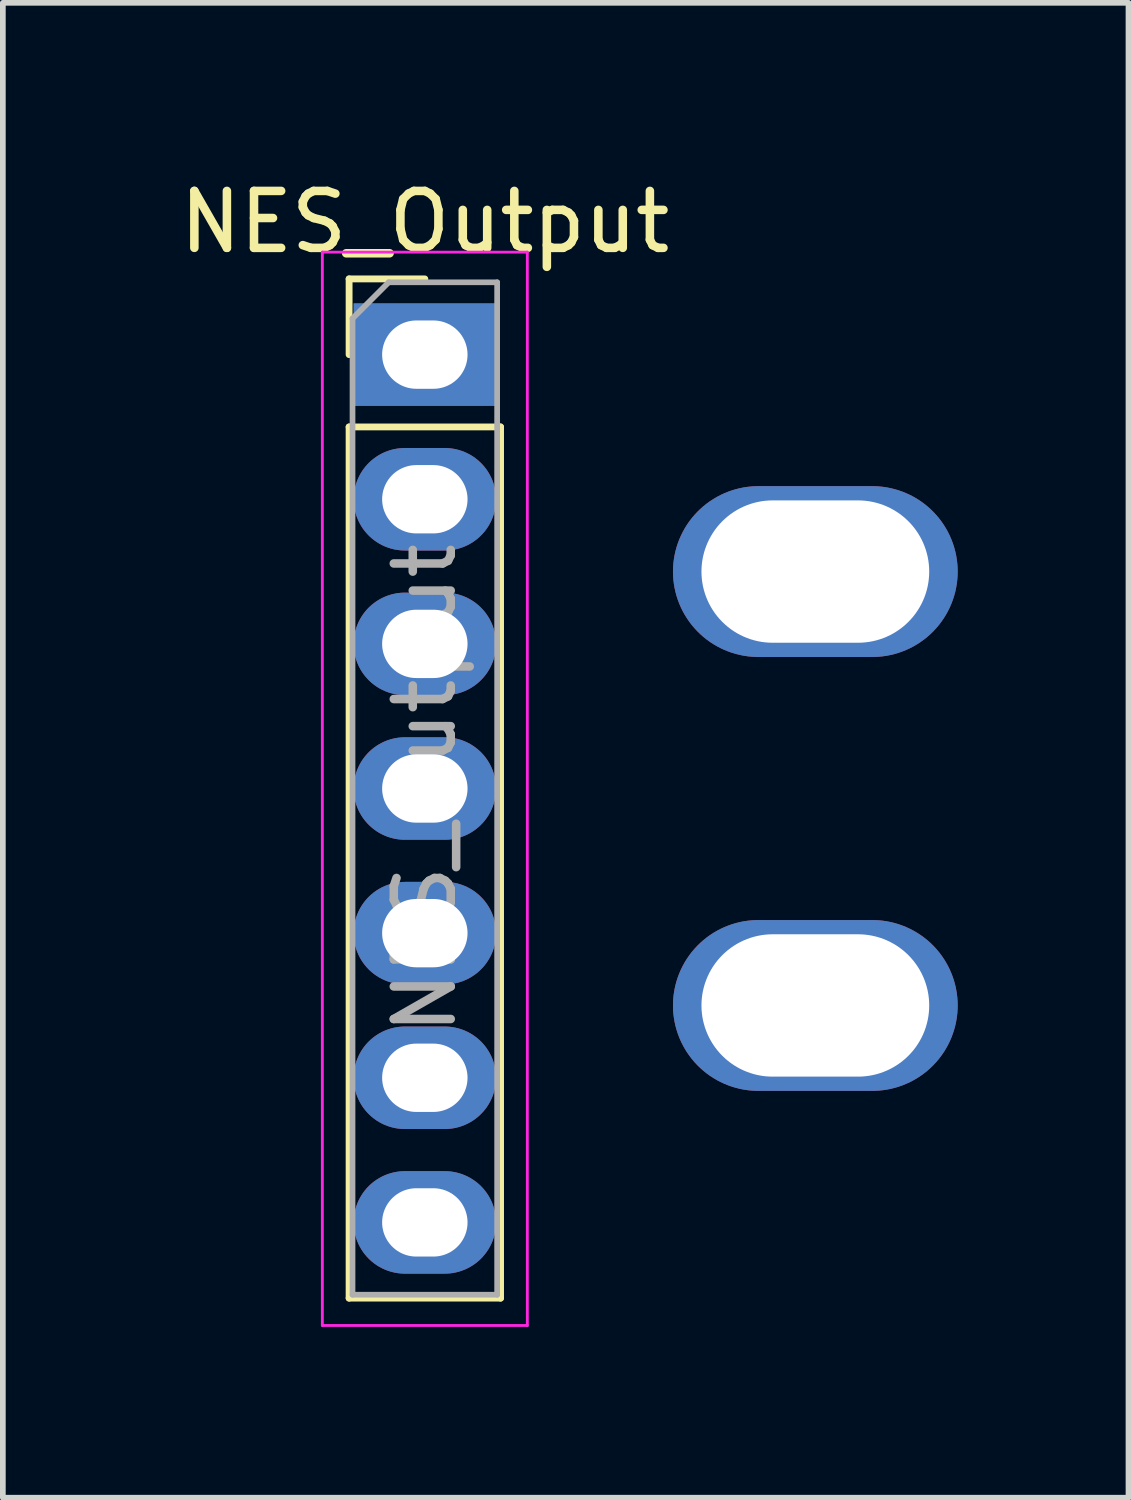
<source format=kicad_pcb>
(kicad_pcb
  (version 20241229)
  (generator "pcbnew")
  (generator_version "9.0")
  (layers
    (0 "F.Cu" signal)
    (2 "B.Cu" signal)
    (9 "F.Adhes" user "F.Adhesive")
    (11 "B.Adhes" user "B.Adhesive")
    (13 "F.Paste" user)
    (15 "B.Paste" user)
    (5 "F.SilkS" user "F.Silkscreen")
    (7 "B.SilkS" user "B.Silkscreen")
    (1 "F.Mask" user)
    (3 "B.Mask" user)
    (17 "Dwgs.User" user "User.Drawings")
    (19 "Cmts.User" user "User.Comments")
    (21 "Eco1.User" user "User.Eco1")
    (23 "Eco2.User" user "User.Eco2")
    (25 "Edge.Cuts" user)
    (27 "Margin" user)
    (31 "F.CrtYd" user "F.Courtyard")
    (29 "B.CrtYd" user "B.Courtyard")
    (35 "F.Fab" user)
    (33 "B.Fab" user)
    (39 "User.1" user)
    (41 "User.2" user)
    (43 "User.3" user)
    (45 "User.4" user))
  (footprint "NES_Output"
    (layer "F.Cu")
    (at 4.411 3.178)
    (property "Reference" "NES_Output" (at 0 -2.33 0) (layer "F.SilkS") (effects (font (size 1 1) (thickness 0.15))))
    (attr through_hole)
    (fp_line (start -1.33 -1.33) (end 0 -1.33) (stroke (width 0.12) (type solid)) (layer "F.SilkS"))
    (fp_line (start -1.33 0) (end -1.33 -1.33) (stroke (width 0.12) (type solid)) (layer "F.SilkS"))
    (fp_line (start -1.33 1.27) (end -1.33 16.57) (stroke (width 0.12) (type solid)) (layer "F.SilkS"))
    (fp_line (start -1.33 1.27) (end 1.33 1.27) (stroke (width 0.12) (type solid)) (layer "F.SilkS"))
    (fp_line (start -1.33 16.57) (end 1.33 16.57) (stroke (width 0.12) (type solid)) (layer "F.SilkS"))
    (fp_line (start 1.33 1.27) (end 1.33 16.57) (stroke (width 0.12) (type solid)) (layer "F.SilkS"))
    (fp_line (start -1.8 -1.8) (end -1.8 17.05) (stroke (width 0.05) (type solid)) (layer "F.CrtYd"))
    (fp_line (start -1.8 17.05) (end 1.8 17.05) (stroke (width 0.05) (type solid)) (layer "F.CrtYd"))
    (fp_line (start 1.8 -1.8) (end -1.8 -1.8) (stroke (width 0.05) (type solid)) (layer "F.CrtYd"))
    (fp_line (start 1.8 17.05) (end 1.8 -1.8) (stroke (width 0.05) (type solid)) (layer "F.CrtYd"))
    (fp_line (start -1.27 -0.635) (end -0.635 -1.27) (stroke (width 0.1) (type solid)) (layer "F.Fab"))
    (fp_line (start -1.27 16.51) (end -1.27 -0.635) (stroke (width 0.1) (type solid)) (layer "F.Fab"))
    (fp_line (start -0.635 -1.27) (end 1.27 -1.27) (stroke (width 0.1) (type solid)) (layer "F.Fab"))
    (fp_line (start 1.27 -1.27) (end 1.27 16.51) (stroke (width 0.1) (type solid)) (layer "F.Fab"))
    (fp_line (start 1.27 16.51) (end -1.27 16.51) (stroke (width 0.1) (type solid)) (layer "F.Fab"))
    (fp_text user "${REFERENCE}" (at 0 7.62 270) (layer "F.Fab") (effects (font (size 1 1) (thickness 0.15))))
    (pad "" np_thru_hole oval (at 6.858 3.81) (size 5 3) (drill oval 4 2.5) (layers "*.Cu" "*.Mask"))
    (pad "" np_thru_hole oval (at 6.858 11.43) (size 5 3) (drill oval 4 2.5) (layers "*.Cu" "*.Mask"))
    (pad "1" thru_hole rect (at 0 0) (size 2.5 1.8) (drill oval 1.5 1.2) (layers "*.Cu" "*.Mask"))
    (pad "2" thru_hole oval (at 0 2.54) (size 2.5 1.8) (drill oval 1.5 1.2) (layers "*.Cu" "*.Mask"))
    (pad "3" thru_hole oval (at 0 5.08) (size 2.5 1.8) (drill oval 1.5 1.2) (layers "*.Cu" "*.Mask"))
    (pad "4" thru_hole oval (at 0 7.62) (size 2.5 1.8) (drill oval 1.5 1.2) (layers "*.Cu" "*.Mask"))
    (pad "5" thru_hole oval (at 0 10.16) (size 2.5 1.8) (drill oval 1.5 1.2) (layers "*.Cu" "*.Mask"))
    (pad "6" thru_hole oval (at 0 12.7) (size 2.5 1.8) (drill oval 1.5 1.2) (layers "*.Cu" "*.Mask"))
    (pad "7" thru_hole oval (at 0 15.24) (size 2.5 1.8) (drill oval 1.5 1.2) (layers "*.Cu" "*.Mask")))
  (gr_rect
    (start -3 -3)
    (end 16.769 23.253)
    (stroke (width 0.1) (type default))
    (fill no)
    (layer "Edge.Cuts")))
</source>
